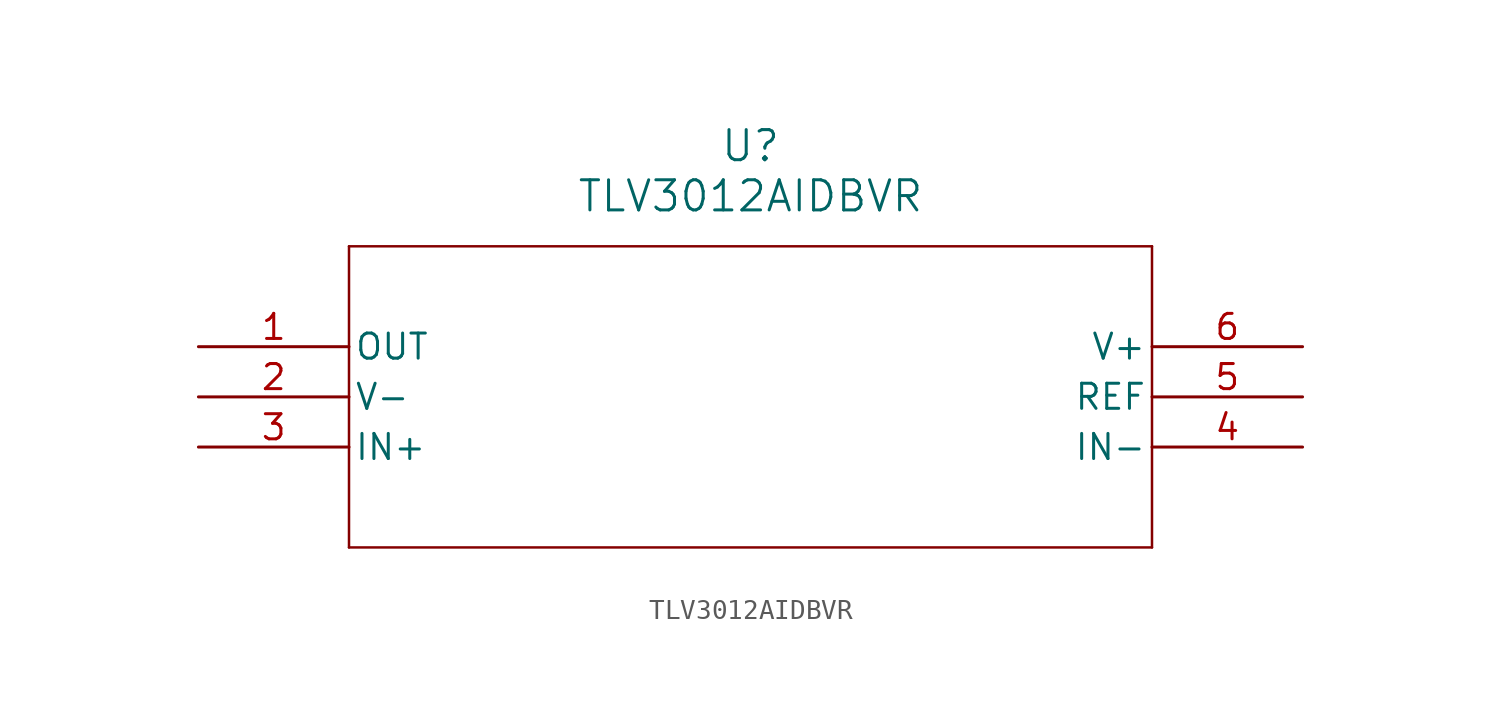
<source format=kicad_sym>
(kicad_symbol_lib
  (version 20211014)
  (generator kicad_symbol_editor)
  (symbol "TLV3012AIDBVR"
    (pin_names
      (offset 0.254))
    (property "Reference" "U"
      (at 27.94 10.16 0)
      (effects (font (size 1.524 1.524))))
    (property "Value" "TLV3012AIDBVR"
      (at 27.94 7.62 0)
      (effects (font (size 1.524 1.524))))
    (symbol "TLV3012AIDBVR_0_1"
      (polyline (pts (xy 7.62 5.08) (xy 7.62 -10.16)) (stroke (width 0.127) (type default) (color 0 0 0 0)) (fill (type none)))
      (polyline (pts (xy 7.62 -10.16) (xy 48.26 -10.16)) (stroke (width 0.127) (type default) (color 0 0 0 0)) (fill (type none)))
      (polyline (pts (xy 48.26 -10.16) (xy 48.26 5.08)) (stroke (width 0.127) (type default) (color 0 0 0 0)) (fill (type none)))
      (polyline (pts (xy 48.26 5.08) (xy 7.62 5.08)) (stroke (width 0.127) (type default) (color 0 0 0 0)) (fill (type none)))
      (pin output line (at 0 0 0) (length 7.62) (name "OUT" (effects (font (size 1.27 1.27)))) (number "1" (effects (font (size 1.27 1.27)))))
      (pin power_in line (at 0 -2.54 0) (length 7.62) (name "V-" (effects (font (size 1.27 1.27)))) (number "2" (effects (font (size 1.27 1.27)))))
      (pin input line (at 0 -5.08 0) (length 7.62) (name "IN+" (effects (font (size 1.27 1.27)))) (number "3" (effects (font (size 1.27 1.27)))))
      (pin input line (at 55.88 -5.08 180) (length 7.62) (name "IN-" (effects (font (size 1.27 1.27)))) (number "4" (effects (font (size 1.27 1.27)))))
      (pin power_in line (at 55.88 -2.54 180) (length 7.62) (name "REF" (effects (font (size 1.27 1.27)))) (number "5" (effects (font (size 1.27 1.27)))))
      (pin power_in line (at 55.88 0 180) (length 7.62) (name "V+" (effects (font (size 1.27 1.27)))) (number "6" (effects (font (size 1.27 1.27))))))))
</source>
